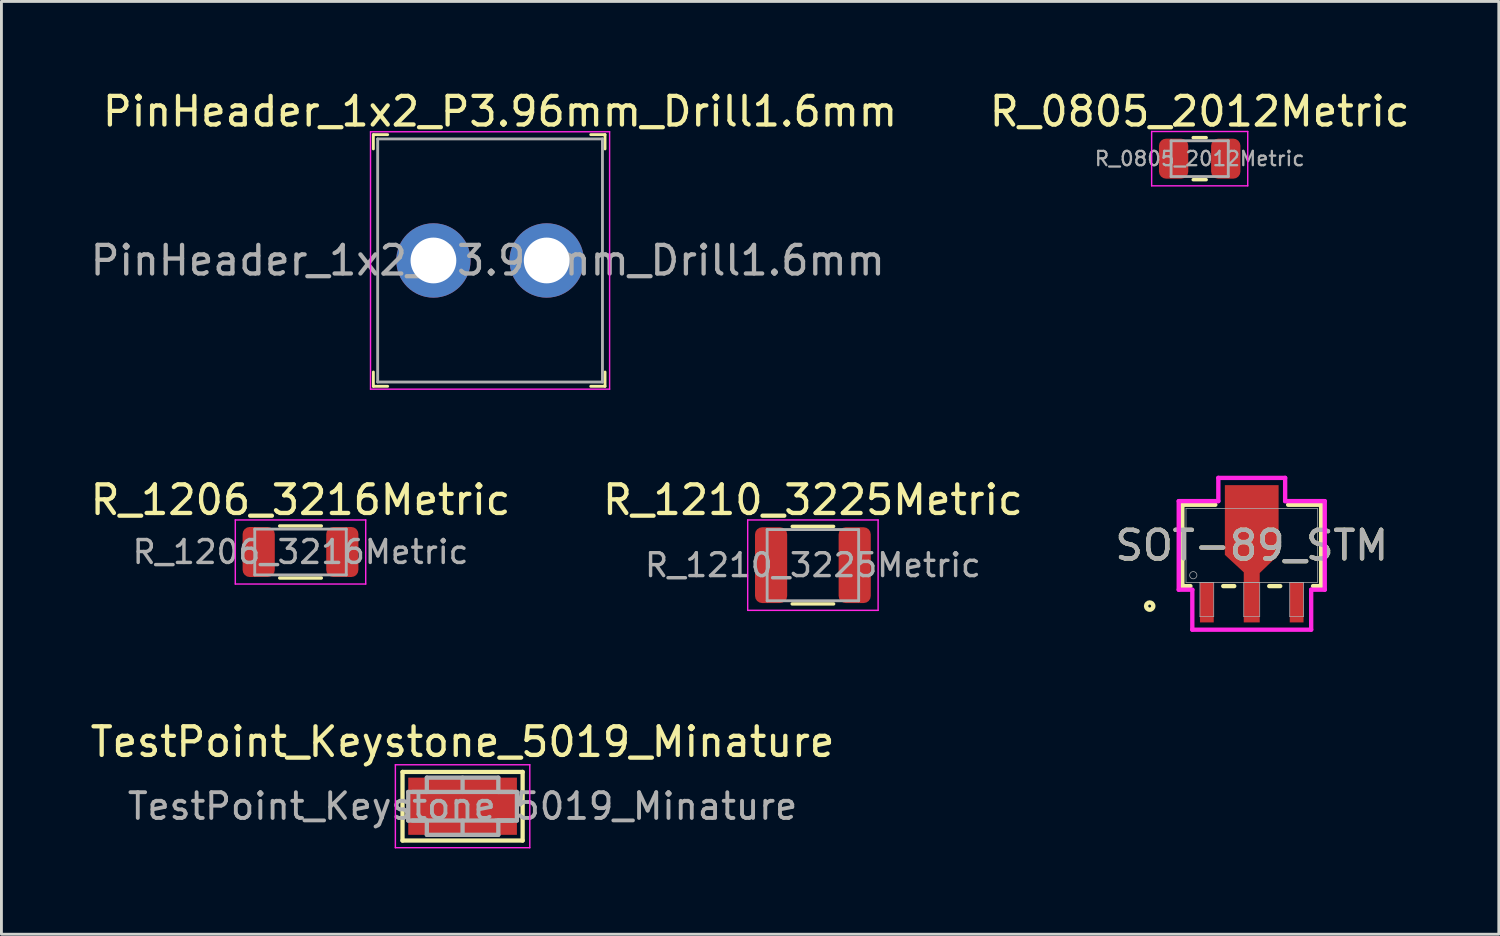
<source format=kicad_pcb>
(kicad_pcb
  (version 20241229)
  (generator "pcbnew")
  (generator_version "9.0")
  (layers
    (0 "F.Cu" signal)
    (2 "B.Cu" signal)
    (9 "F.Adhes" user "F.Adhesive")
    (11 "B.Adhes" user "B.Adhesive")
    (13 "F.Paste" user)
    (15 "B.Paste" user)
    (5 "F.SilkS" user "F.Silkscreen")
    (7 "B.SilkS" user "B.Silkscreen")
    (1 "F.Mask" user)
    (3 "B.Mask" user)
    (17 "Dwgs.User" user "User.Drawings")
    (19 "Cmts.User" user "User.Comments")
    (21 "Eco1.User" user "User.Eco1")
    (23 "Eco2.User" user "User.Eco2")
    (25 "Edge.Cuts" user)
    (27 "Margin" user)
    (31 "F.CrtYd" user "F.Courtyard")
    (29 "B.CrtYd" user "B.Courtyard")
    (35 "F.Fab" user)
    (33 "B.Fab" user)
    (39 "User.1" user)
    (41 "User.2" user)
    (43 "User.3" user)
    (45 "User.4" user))
  (footprint "R_1206_3216Metric"
    (layer "F.Cu")
    (at 7.458 16.252)
    (property "Reference" "R_1206_3216Metric" (at 0 -1.82 0) (layer "F.SilkS") (effects (font (size 1 1) (thickness 0.15))))
    (attr smd)
    (fp_line (start -0.727 -0.91) (end 0.727 -0.91) (stroke (width 0.12) (type solid)) (layer "F.SilkS"))
    (fp_line (start -0.727 0.91) (end 0.727 0.91) (stroke (width 0.12) (type solid)) (layer "F.SilkS"))
    (fp_line (start -2.28 -1.12) (end 2.28 -1.12) (stroke (width 0.05) (type solid)) (layer "F.CrtYd"))
    (fp_line (start -2.28 1.12) (end -2.28 -1.12) (stroke (width 0.05) (type solid)) (layer "F.CrtYd"))
    (fp_line (start 2.28 -1.12) (end 2.28 1.12) (stroke (width 0.05) (type solid)) (layer "F.CrtYd"))
    (fp_line (start 2.28 1.12) (end -2.28 1.12) (stroke (width 0.05) (type solid)) (layer "F.CrtYd"))
    (fp_line (start -1.6 -0.8) (end 1.6 -0.8) (stroke (width 0.1) (type solid)) (layer "F.Fab"))
    (fp_line (start -1.6 0.8) (end -1.6 -0.8) (stroke (width 0.1) (type solid)) (layer "F.Fab"))
    (fp_line (start 1.6 -0.8) (end 1.6 0.8) (stroke (width 0.1) (type solid)) (layer "F.Fab"))
    (fp_line (start 1.6 0.8) (end -1.6 0.8) (stroke (width 0.1) (type solid)) (layer "F.Fab"))
    (fp_text user "${REFERENCE}" (at 0 0 0) (layer "F.Fab") (effects (font (size 0.8 0.8) (thickness 0.12))))
    (pad "1" smd roundrect (at -1.462 0) (size 1.125 1.75) (layers "F.Cu" "F.Mask" "F.Paste") (roundrect_rratio 0.222))
    (pad "2" smd roundrect (at 1.462 0) (size 1.125 1.75) (layers "F.Cu" "F.Mask" "F.Paste") (roundrect_rratio 0.222)))
  (footprint "TestPoint_Keystone_5019_Minature"
    (layer "F.Cu")
    (at 13.125 25.142)
    (property "Reference" "TestPoint_Keystone_5019_Minature" (at 0 -2.25 0) (layer "F.SilkS") (effects (font (size 1 1) (thickness 0.15))))
    (attr smd)
    (fp_line (start -2.1 -1.2) (end 2.1 -1.2) (stroke (width 0.15) (type solid)) (layer "F.SilkS"))
    (fp_line (start -2.1 1.2) (end -2.1 -1.2) (stroke (width 0.15) (type solid)) (layer "F.SilkS"))
    (fp_line (start 2.1 -1.2) (end 2.1 1.2) (stroke (width 0.15) (type solid)) (layer "F.SilkS"))
    (fp_line (start 2.1 1.2) (end -2.1 1.2) (stroke (width 0.15) (type solid)) (layer "F.SilkS"))
    (fp_line (start -2.35 -1.45) (end 2.35 -1.45) (stroke (width 0.05) (type solid)) (layer "F.CrtYd"))
    (fp_line (start -2.35 1.45) (end -2.35 -1.45) (stroke (width 0.05) (type solid)) (layer "F.CrtYd"))
    (fp_line (start 2.35 -1.45) (end 2.35 1.45) (stroke (width 0.05) (type solid)) (layer "F.CrtYd"))
    (fp_line (start 2.35 1.45) (end -2.35 1.45) (stroke (width 0.05) (type solid)) (layer "F.CrtYd"))
    (fp_line (start -1.9 -0.5) (end -1.9 0.5) (stroke (width 0.15) (type solid)) (layer "F.Fab"))
    (fp_line (start -1.9 -0.5) (end 1.9 -0.5) (stroke (width 0.15) (type solid)) (layer "F.Fab"))
    (fp_line (start -1.75 0.5) (end -1.25 0.5) (stroke (width 0.15) (type solid)) (layer "F.Fab"))
    (fp_line (start -1.25 -1) (end -1.25 -0.5) (stroke (width 0.15) (type solid)) (layer "F.Fab"))
    (fp_line (start -1.25 -0.5) (end -1.75 -0.5) (stroke (width 0.15) (type solid)) (layer "F.Fab"))
    (fp_line (start -1.25 0.5) (end -1.25 1) (stroke (width 0.15) (type solid)) (layer "F.Fab"))
    (fp_line (start -1.25 1) (end 1.25 1) (stroke (width 0.15) (type solid)) (layer "F.Fab"))
    (fp_line (start 0 -1) (end 0 -0.5) (stroke (width 0.15) (type solid)) (layer "F.Fab"))
    (fp_line (start 0 0.5) (end 0 1) (stroke (width 0.15) (type solid)) (layer "F.Fab"))
    (fp_line (start 1.25 -1) (end -1.25 -1) (stroke (width 0.15) (type solid)) (layer "F.Fab"))
    (fp_line (start 1.25 -0.5) (end 1.25 -1) (stroke (width 0.15) (type solid)) (layer "F.Fab"))
    (fp_line (start 1.25 0.5) (end 1.75 0.5) (stroke (width 0.15) (type solid)) (layer "F.Fab"))
    (fp_line (start 1.25 1) (end 1.25 0.5) (stroke (width 0.15) (type solid)) (layer "F.Fab"))
    (fp_line (start 1.75 -0.5) (end 1.25 -0.5) (stroke (width 0.15) (type solid)) (layer "F.Fab"))
    (fp_line (start 1.9 0.5) (end -1.9 0.5) (stroke (width 0.15) (type solid)) (layer "F.Fab"))
    (fp_line (start 1.9 0.5) (end 1.9 -0.5) (stroke (width 0.15) (type solid)) (layer "F.Fab"))
    (fp_text user "${REFERENCE}" (at 0 0 0) (layer "F.Fab") (effects (font (size 0.9 0.9) (thickness 0.135))))
    (pad "1" smd rect (at 0 0) (size 3.8 2) (layers "F.Cu" "F.Mask" "F.Paste")))
  (footprint "SOT-89_STM"
    (layer "F.Cu")
    (at 40.72 16.022)
    (property "Reference" "SOT-89_STM" (at 0 0 0) (unlocked yes) (layer "F.SilkS") (effects (font (size 1 1) (thickness 0.15))))
    (attr smd)
    (fp_poly (pts (xy -0.279 1.295) (xy -0.279 0.94) (xy -0.94 0.33) (xy -0.94 -2.108) (xy 0.94 -2.108) (xy 0.94 0.33) (xy 0.279 0.965) (xy 0.279 1.295)) (stroke (width 0) (type solid)) (fill yes) (layer "F.Cu"))
    (fp_poly (pts (xy -0.279 1.295) (xy -0.279 0.94) (xy -0.914 0.305) (xy -0.914 -1.956) (xy 0.914 -1.956) (xy 0.914 0.305) (xy 0.279 0.94) (xy 0.279 1.295)) (stroke (width 0) (type solid)) (fill yes) (layer "F.Mask"))
    (fp_line (start -2.426 -1.422) (end -2.426 1.422) (stroke (width 0.152) (type solid)) (layer "F.SilkS"))
    (fp_line (start -2.426 1.422) (end -2.144 1.422) (stroke (width 0.152) (type solid)) (layer "F.SilkS"))
    (fp_line (start -1.273 -1.422) (end -2.426 -1.422) (stroke (width 0.152) (type solid)) (layer "F.SilkS"))
    (fp_line (start -0.996 1.422) (end -0.612 1.422) (stroke (width 0.152) (type solid)) (layer "F.SilkS"))
    (fp_line (start 0.612 1.422) (end 0.996 1.422) (stroke (width 0.152) (type solid)) (layer "F.SilkS"))
    (fp_line (start 2.144 1.422) (end 2.426 1.422) (stroke (width 0.152) (type solid)) (layer "F.SilkS"))
    (fp_line (start 2.426 -1.422) (end 1.273 -1.422) (stroke (width 0.152) (type solid)) (layer "F.SilkS"))
    (fp_line (start 2.426 1.422) (end 2.426 -1.422) (stroke (width 0.152) (type solid)) (layer "F.SilkS"))
    (fp_circle (center -3.569 2.121) (end -3.442 2.121) (stroke (width 0.152) (type solid)) (fill no) (layer "F.SilkS"))
    (fp_poly (pts (xy -0.279 1.295) (xy -0.279 0.94) (xy -0.914 0.305) (xy -0.914 -1.956) (xy 0.914 -1.956) (xy 0.914 0.305) (xy 0.279 0.94) (xy 0.279 1.295)) (stroke (width 0) (type solid)) (fill yes) (layer "F.Paste"))
    (fp_line (start -2.553 -1.549) (end -1.168 -1.549) (stroke (width 0.152) (type solid)) (layer "F.CrtYd"))
    (fp_line (start -2.553 1.549) (end -2.553 -1.549) (stroke (width 0.152) (type solid)) (layer "F.CrtYd"))
    (fp_line (start -2.078 1.549) (end -2.553 1.549) (stroke (width 0.152) (type solid)) (layer "F.CrtYd"))
    (fp_line (start -2.078 2.946) (end -2.078 1.549) (stroke (width 0.152) (type solid)) (layer "F.CrtYd"))
    (fp_line (start -1.168 -2.362) (end 1.168 -2.362) (stroke (width 0.152) (type solid)) (layer "F.CrtYd"))
    (fp_line (start -1.168 -1.549) (end -1.168 -2.362) (stroke (width 0.152) (type solid)) (layer "F.CrtYd"))
    (fp_line (start 1.168 -2.362) (end 1.168 -1.549) (stroke (width 0.152) (type solid)) (layer "F.CrtYd"))
    (fp_line (start 1.168 -1.549) (end 2.553 -1.549) (stroke (width 0.152) (type solid)) (layer "F.CrtYd"))
    (fp_line (start 2.078 1.549) (end 2.078 2.946) (stroke (width 0.152) (type solid)) (layer "F.CrtYd"))
    (fp_line (start 2.078 2.946) (end -2.078 2.946) (stroke (width 0.152) (type solid)) (layer "F.CrtYd"))
    (fp_line (start 2.553 -1.549) (end 2.553 1.549) (stroke (width 0.152) (type solid)) (layer "F.CrtYd"))
    (fp_line (start 2.553 1.549) (end 2.078 1.549) (stroke (width 0.152) (type solid)) (layer "F.CrtYd"))
    (fp_line (start -2.299 -1.295) (end -2.299 1.295) (stroke (width 0.025) (type solid)) (layer "F.Fab"))
    (fp_line (start -2.299 1.295) (end 2.299 1.295) (stroke (width 0.025) (type solid)) (layer "F.Fab"))
    (fp_line (start -1.811 1.295) (end -1.811 2.489) (stroke (width 0.025) (type solid)) (layer "F.Fab"))
    (fp_line (start -1.811 2.489) (end -1.329 2.489) (stroke (width 0.025) (type solid)) (layer "F.Fab"))
    (fp_line (start -1.329 1.295) (end -1.811 1.295) (stroke (width 0.025) (type solid)) (layer "F.Fab"))
    (fp_line (start -1.329 2.489) (end -1.329 1.295) (stroke (width 0.025) (type solid)) (layer "F.Fab"))
    (fp_line (start -0.279 1.295) (end -0.279 2.489) (stroke (width 0.025) (type solid)) (layer "F.Fab"))
    (fp_line (start -0.279 2.489) (end 0.279 2.489) (stroke (width 0.025) (type solid)) (layer "F.Fab"))
    (fp_line (start 0.279 1.295) (end -0.279 1.295) (stroke (width 0.025) (type solid)) (layer "F.Fab"))
    (fp_line (start 0.279 2.489) (end 0.279 1.295) (stroke (width 0.025) (type solid)) (layer "F.Fab"))
    (fp_line (start 1.329 1.295) (end 1.329 2.489) (stroke (width 0.025) (type solid)) (layer "F.Fab"))
    (fp_line (start 1.329 2.489) (end 1.811 2.489) (stroke (width 0.025) (type solid)) (layer "F.Fab"))
    (fp_line (start 1.811 1.295) (end 1.329 1.295) (stroke (width 0.025) (type solid)) (layer "F.Fab"))
    (fp_line (start 1.811 2.489) (end 1.811 1.295) (stroke (width 0.025) (type solid)) (layer "F.Fab"))
    (fp_line (start 2.299 -1.295) (end -2.299 -1.295) (stroke (width 0.025) (type solid)) (layer "F.Fab"))
    (fp_line (start 2.299 1.295) (end 2.299 -1.295) (stroke (width 0.025) (type solid)) (layer "F.Fab"))
    (fp_circle (center -2.045 1.041) (end -1.918 1.041) (stroke (width 0.025) (type solid)) (fill no) (layer "F.Fab"))
    (fp_text user "${REFERENCE}" (at 0 0 0) (unlocked yes) (layer "F.Fab") (effects (font (size 1 1) (thickness 0.15))))
    (pad "1" smd rect (at -1.57 1.994) (size 0.483 1.397) (layers "F.Cu" "F.Mask" "F.Paste"))
    (pad "2" smd rect (at 0 1.994) (size 0.559 1.397) (layers "F.Cu" "F.Mask" "F.Paste"))
    (pad "3" smd rect (at 1.57 1.994) (size 0.483 1.397) (layers "F.Cu" "F.Mask" "F.Paste")))
  (footprint "R_1210_3225Metric"
    (layer "F.Cu")
    (at 25.375 16.712)
    (property "Reference" "R_1210_3225Metric" (at 0 -2.28 0) (layer "F.SilkS") (effects (font (size 1 1) (thickness 0.15))))
    (attr smd)
    (fp_line (start -0.724 -1.355) (end 0.724 -1.355) (stroke (width 0.12) (type solid)) (layer "F.SilkS"))
    (fp_line (start -0.724 1.355) (end 0.724 1.355) (stroke (width 0.12) (type solid)) (layer "F.SilkS"))
    (fp_line (start -2.28 -1.58) (end 2.28 -1.58) (stroke (width 0.05) (type solid)) (layer "F.CrtYd"))
    (fp_line (start -2.28 1.58) (end -2.28 -1.58) (stroke (width 0.05) (type solid)) (layer "F.CrtYd"))
    (fp_line (start 2.28 -1.58) (end 2.28 1.58) (stroke (width 0.05) (type solid)) (layer "F.CrtYd"))
    (fp_line (start 2.28 1.58) (end -2.28 1.58) (stroke (width 0.05) (type solid)) (layer "F.CrtYd"))
    (fp_line (start -1.6 -1.245) (end 1.6 -1.245) (stroke (width 0.1) (type solid)) (layer "F.Fab"))
    (fp_line (start -1.6 1.245) (end -1.6 -1.245) (stroke (width 0.1) (type solid)) (layer "F.Fab"))
    (fp_line (start 1.6 -1.245) (end 1.6 1.245) (stroke (width 0.1) (type solid)) (layer "F.Fab"))
    (fp_line (start 1.6 1.245) (end -1.6 1.245) (stroke (width 0.1) (type solid)) (layer "F.Fab"))
    (fp_text user "${REFERENCE}" (at 0 0 0) (layer "F.Fab") (effects (font (size 0.8 0.8) (thickness 0.12))))
    (pad "1" smd roundrect (at -1.462 0) (size 1.125 2.65) (layers "F.Cu" "F.Mask" "F.Paste") (roundrect_rratio 0.222))
    (pad "2" smd roundrect (at 1.462 0) (size 1.125 2.65) (layers "F.Cu" "F.Mask" "F.Paste") (roundrect_rratio 0.222)))
  (footprint "PinHeader_1x2_P3.96mm_Drill1.6mm"
    (layer "F.Cu")
    (at 12.106 6.058)
    (property "Reference" "PinHeader_1x2_P3.96mm_Drill1.6mm" (at 2.33 -5.21 0) (layer "F.SilkS") (effects (font (size 1 1) (thickness 0.15))))
    (attr through_hole)
    (fp_line (start -2.1 -4.4) (end -2.1 -3.9) (stroke (width 0.1) (type solid)) (layer "F.SilkS"))
    (fp_line (start -2.1 -4.4) (end -1.6 -4.4) (stroke (width 0.1) (type solid)) (layer "F.SilkS"))
    (fp_line (start -2.1 4.4) (end -2.1 3.9) (stroke (width 0.1) (type solid)) (layer "F.SilkS"))
    (fp_line (start -2.1 4.4) (end -1.6 4.4) (stroke (width 0.1) (type solid)) (layer "F.SilkS"))
    (fp_line (start 6 -4.4) (end 5.5 -4.4) (stroke (width 0.1) (type solid)) (layer "F.SilkS"))
    (fp_line (start 6 -4.4) (end 6 -3.9) (stroke (width 0.1) (type solid)) (layer "F.SilkS"))
    (fp_line (start 6 4.4) (end 5.5 4.4) (stroke (width 0.1) (type solid)) (layer "F.SilkS"))
    (fp_line (start 6 4.4) (end 6 3.9) (stroke (width 0.1) (type solid)) (layer "F.SilkS"))
    (fp_line (start -2.2 -4.5) (end -2.2 4.5) (stroke (width 0.05) (type solid)) (layer "F.CrtYd"))
    (fp_line (start 6.16 -4.5) (end -2.2 -4.5) (stroke (width 0.05) (type solid)) (layer "F.CrtYd"))
    (fp_line (start 6.16 -4.5) (end 6.16 4.5) (stroke (width 0.05) (type solid)) (layer "F.CrtYd"))
    (fp_line (start 6.16 4.5) (end -2.2 4.5) (stroke (width 0.05) (type solid)) (layer "F.CrtYd"))
    (fp_line (start -1.95 -4.25) (end 5.91 -4.25) (stroke (width 0.1) (type solid)) (layer "F.Fab"))
    (fp_line (start -1.95 4.25) (end -1.95 -4.25) (stroke (width 0.1) (type solid)) (layer "F.Fab"))
    (fp_line (start -1.95 4.25) (end 5.91 4.25) (stroke (width 0.1) (type solid)) (layer "F.Fab"))
    (fp_line (start 5.91 4.25) (end 5.91 -4.25) (stroke (width 0.1) (type solid)) (layer "F.Fab"))
    (fp_text user "${REFERENCE}" (at 1.9 0 0) (layer "F.Fab") (effects (font (size 1 1) (thickness 0.15))))
    (pad "1" thru_hole circle (at 0 0) (size 2.6 2.6) (drill 1.6) (layers "*.Cu" "*.Mask"))
    (pad "2" thru_hole circle (at 3.96 0) (size 2.6 2.6) (drill 1.6) (layers "*.Cu" "*.Mask")))
  (footprint "R_0805_2012Metric"
    (layer "F.Cu")
    (at 38.9 2.498)
    (property "Reference" "R_0805_2012Metric" (at 0 -1.65 0) (layer "F.SilkS") (effects (font (size 1 1) (thickness 0.15))))
    (attr smd)
    (fp_line (start -0.227 -0.735) (end 0.227 -0.735) (stroke (width 0.12) (type solid)) (layer "F.SilkS"))
    (fp_line (start -0.227 0.735) (end 0.227 0.735) (stroke (width 0.12) (type solid)) (layer "F.SilkS"))
    (fp_line (start -1.68 -0.95) (end 1.68 -0.95) (stroke (width 0.05) (type solid)) (layer "F.CrtYd"))
    (fp_line (start -1.68 0.95) (end -1.68 -0.95) (stroke (width 0.05) (type solid)) (layer "F.CrtYd"))
    (fp_line (start 1.68 -0.95) (end 1.68 0.95) (stroke (width 0.05) (type solid)) (layer "F.CrtYd"))
    (fp_line (start 1.68 0.95) (end -1.68 0.95) (stroke (width 0.05) (type solid)) (layer "F.CrtYd"))
    (fp_line (start -1 -0.625) (end 1 -0.625) (stroke (width 0.1) (type solid)) (layer "F.Fab"))
    (fp_line (start -1 0.625) (end -1 -0.625) (stroke (width 0.1) (type solid)) (layer "F.Fab"))
    (fp_line (start 1 -0.625) (end 1 0.625) (stroke (width 0.1) (type solid)) (layer "F.Fab"))
    (fp_line (start 1 0.625) (end -1 0.625) (stroke (width 0.1) (type solid)) (layer "F.Fab"))
    (fp_text user "${REFERENCE}" (at 0 0 0) (layer "F.Fab") (effects (font (size 0.5 0.5) (thickness 0.08))))
    (pad "1" smd roundrect (at -0.912 0) (size 1.025 1.4) (layers "F.Cu" "F.Mask" "F.Paste") (roundrect_rratio 0.244))
    (pad "2" smd roundrect (at 0.912 0) (size 1.025 1.4) (layers "F.Cu" "F.Mask" "F.Paste") (roundrect_rratio 0.244)))
  (gr_rect
    (start -3 -3)
    (end 49.359 29.617)
    (stroke (width 0.1) (type default))
    (fill no)
    (layer "Edge.Cuts")))
</source>
